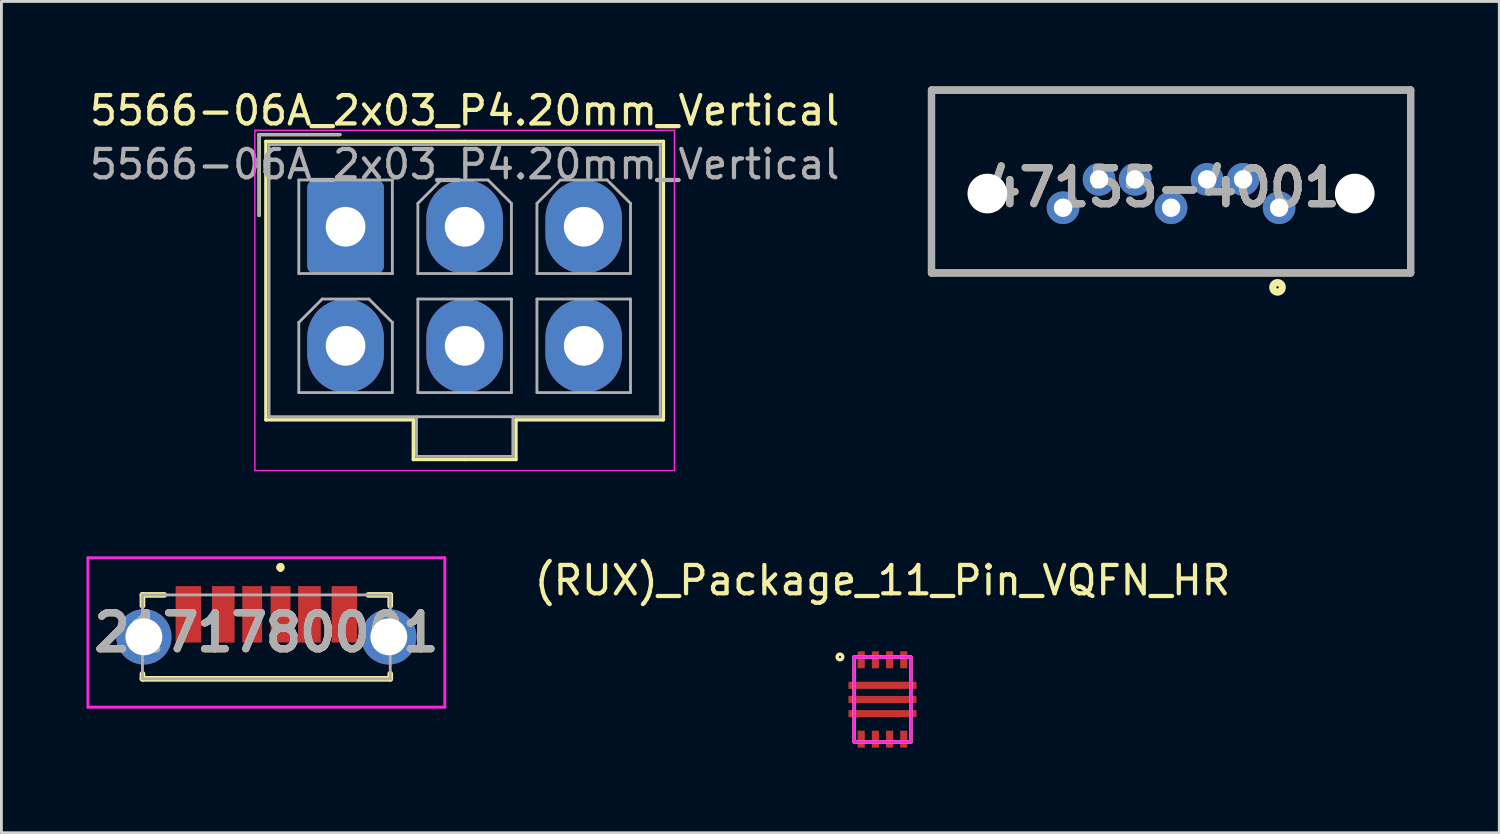
<source format=kicad_pcb>
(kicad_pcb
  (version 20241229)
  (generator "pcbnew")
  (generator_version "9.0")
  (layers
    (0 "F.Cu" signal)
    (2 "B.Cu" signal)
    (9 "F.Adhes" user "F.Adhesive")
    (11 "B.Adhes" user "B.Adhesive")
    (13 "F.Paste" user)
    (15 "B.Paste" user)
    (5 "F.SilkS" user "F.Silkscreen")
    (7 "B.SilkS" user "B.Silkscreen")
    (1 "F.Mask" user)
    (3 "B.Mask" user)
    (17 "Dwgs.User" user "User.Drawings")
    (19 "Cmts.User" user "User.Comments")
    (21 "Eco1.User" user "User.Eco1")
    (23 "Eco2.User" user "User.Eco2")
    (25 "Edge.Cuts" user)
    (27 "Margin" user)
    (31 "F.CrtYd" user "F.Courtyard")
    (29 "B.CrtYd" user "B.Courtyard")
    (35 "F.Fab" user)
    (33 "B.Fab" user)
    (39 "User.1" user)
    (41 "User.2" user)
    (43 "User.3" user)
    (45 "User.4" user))
  (footprint "2171780001"
    (layer "F.Cu")
    (at 6.345 19.413)
    (property "Reference" "2171780001" (at 0 -0.155 0) (layer "F.SilkS") (effects (font (size 1.27 1.27) (thickness 0.254))))
    (attr through_hole)
    (fp_line (start -4.37 -1.48) (end -4.37 -1.095) (stroke (width 0.2) (type solid)) (layer "F.SilkS"))
    (fp_line (start -4.37 1.305) (end -4.37 1.48) (stroke (width 0.2) (type solid)) (layer "F.SilkS"))
    (fp_line (start -4.37 1.48) (end 4.37 1.48) (stroke (width 0.2) (type solid)) (layer "F.SilkS"))
    (fp_line (start -3.6 -1.48) (end -4.37 -1.48) (stroke (width 0.2) (type solid)) (layer "F.SilkS"))
    (fp_line (start 0.5 -2.5) (end 0.5 -2.5) (stroke (width 0.2) (type solid)) (layer "F.SilkS"))
    (fp_line (start 0.5 -2.5) (end 0.5 -2.5) (stroke (width 0.2) (type solid)) (layer "F.SilkS"))
    (fp_line (start 0.5 -2.4) (end 0.5 -2.4) (stroke (width 0.2) (type solid)) (layer "F.SilkS"))
    (fp_line (start 3.6 -1.48) (end 4.37 -1.48) (stroke (width 0.2) (type solid)) (layer "F.SilkS"))
    (fp_line (start 4.37 -1.48) (end 4.37 -1.095) (stroke (width 0.2) (type solid)) (layer "F.SilkS"))
    (fp_line (start 4.37 1.48) (end 4.37 1.305) (stroke (width 0.2) (type solid)) (layer "F.SilkS"))
    (fp_arc (start 0.5 -2.5) (mid 0.55 -2.45) (end 0.5 -2.4) (stroke (width 0.2) (type solid)) (layer "F.SilkS"))
    (fp_arc (start 0.5 -2.4) (mid 0.45 -2.45) (end 0.5 -2.5) (stroke (width 0.2) (type solid)) (layer "F.SilkS"))
    (fp_arc (start 0.5 -2.4) (mid 0.45 -2.45) (end 0.5 -2.5) (stroke (width 0.2) (type solid)) (layer "F.SilkS"))
    (fp_line (start -6.295 -2.79) (end 6.295 -2.79) (stroke (width 0.1) (type solid)) (layer "F.CrtYd"))
    (fp_line (start -6.295 2.48) (end -6.295 -2.79) (stroke (width 0.1) (type solid)) (layer "F.CrtYd"))
    (fp_line (start 6.295 -2.79) (end 6.295 2.48) (stroke (width 0.1) (type solid)) (layer "F.CrtYd"))
    (fp_line (start 6.295 2.48) (end -6.295 2.48) (stroke (width 0.1) (type solid)) (layer "F.CrtYd"))
    (fp_line (start -4.37 -1.48) (end -4.37 1.48) (stroke (width 0.1) (type solid)) (layer "F.Fab"))
    (fp_line (start -4.37 1.48) (end 4.37 1.48) (stroke (width 0.1) (type solid)) (layer "F.Fab"))
    (fp_line (start 4.37 -1.48) (end -4.37 -1.48) (stroke (width 0.1) (type solid)) (layer "F.Fab"))
    (fp_line (start 4.37 1.48) (end 4.37 -1.48) (stroke (width 0.1) (type solid)) (layer "F.Fab"))
    (fp_text user "${REFERENCE}" (at 0 -0.155 0) (layer "F.Fab") (effects (font (size 1.27 1.27) (thickness 0.254))))
    (pad "A5" smd rect (at 0.5 -0.795) (size 0.7 1.99) (layers "F.Cu" "F.Mask" "F.Paste"))
    (pad "A9" smd rect (at -1.52 -0.795) (size 0.8 1.99) (layers "F.Cu" "F.Mask" "F.Paste"))
    (pad "A12" smd rect (at -2.75 -0.795) (size 0.9 1.99) (layers "F.Cu" "F.Mask" "F.Paste"))
    (pad "B5" smd rect (at -0.5 -0.795) (size 0.7 1.99) (layers "F.Cu" "F.Mask" "F.Paste"))
    (pad "B9" smd rect (at 1.52 -0.795) (size 0.8 1.99) (layers "F.Cu" "F.Mask" "F.Paste"))
    (pad "B12" smd rect (at 2.75 -0.795) (size 0.9 1.99) (layers "F.Cu" "F.Mask" "F.Paste"))
    (pad "MH1" thru_hole circle (at 4.32 0) (size 1.95 1.95) (drill 1.3) (layers "*.Cu" "*.Mask"))
    (pad "MH2" thru_hole circle (at -4.32 0) (size 1.95 1.95) (drill 1.3) (layers "*.Cu" "*.Mask")))
  (footprint "5566-06A_2x03_P4.20mm_Vertical"
    (layer "F.Cu")
    (at 9.139 4.298)
    (property "Reference" "5566-06A_2x03_P4.20mm_Vertical" (at 4.2 -3.45 0) (layer "F.SilkS") (effects (font (size 1 1) (thickness 0.15))))
    (attr through_hole)
    (fp_line (start -3.05 -2.6) (end -3.05 0.25) (stroke (width 0.12) (type solid)) (layer "F.SilkS"))
    (fp_line (start -2.81 -2.36) (end -2.81 7.46) (stroke (width 0.12) (type solid)) (layer "F.SilkS"))
    (fp_line (start -2.81 7.46) (end 2.39 7.46) (stroke (width 0.12) (type solid)) (layer "F.SilkS"))
    (fp_line (start -0.2 -2.6) (end -3.05 -2.6) (stroke (width 0.12) (type solid)) (layer "F.SilkS"))
    (fp_line (start 2.39 7.46) (end 2.39 8.86) (stroke (width 0.12) (type solid)) (layer "F.SilkS"))
    (fp_line (start 2.39 8.86) (end 4.2 8.86) (stroke (width 0.12) (type solid)) (layer "F.SilkS"))
    (fp_line (start 4.2 -2.36) (end -2.81 -2.36) (stroke (width 0.12) (type solid)) (layer "F.SilkS"))
    (fp_line (start 4.2 -2.36) (end 11.21 -2.36) (stroke (width 0.12) (type solid)) (layer "F.SilkS"))
    (fp_line (start 6.01 7.46) (end 6.01 8.86) (stroke (width 0.12) (type solid)) (layer "F.SilkS"))
    (fp_line (start 6.01 8.86) (end 4.2 8.86) (stroke (width 0.12) (type solid)) (layer "F.SilkS"))
    (fp_line (start 11.21 -2.36) (end 11.21 7.46) (stroke (width 0.12) (type solid)) (layer "F.SilkS"))
    (fp_line (start 11.21 7.46) (end 6.01 7.46) (stroke (width 0.12) (type solid)) (layer "F.SilkS"))
    (fp_line (start -3.2 -2.75) (end -3.2 9.25) (stroke (width 0.05) (type solid)) (layer "F.CrtYd"))
    (fp_line (start -3.2 9.25) (end 11.6 9.25) (stroke (width 0.05) (type solid)) (layer "F.CrtYd"))
    (fp_line (start 11.6 -2.75) (end -3.2 -2.75) (stroke (width 0.05) (type solid)) (layer "F.CrtYd"))
    (fp_line (start 11.6 9.25) (end 11.6 -2.75) (stroke (width 0.05) (type solid)) (layer "F.CrtYd"))
    (fp_line (start -3.05 -2.6) (end -3.05 0.25) (stroke (width 0.1) (type solid)) (layer "F.Fab"))
    (fp_line (start -2.7 -2.25) (end -2.7 7.35) (stroke (width 0.1) (type solid)) (layer "F.Fab"))
    (fp_line (start -2.7 7.35) (end 11.1 7.35) (stroke (width 0.1) (type solid)) (layer "F.Fab"))
    (fp_line (start -1.65 -1) (end -1.65 2.3) (stroke (width 0.1) (type solid)) (layer "F.Fab"))
    (fp_line (start -1.65 2.3) (end 1.65 2.3) (stroke (width 0.1) (type solid)) (layer "F.Fab"))
    (fp_line (start -1.65 4.025) (end -0.825 3.2) (stroke (width 0.1) (type solid)) (layer "F.Fab"))
    (fp_line (start -1.65 6.5) (end -1.65 4.025) (stroke (width 0.1) (type solid)) (layer "F.Fab"))
    (fp_line (start -0.825 3.2) (end 0.825 3.2) (stroke (width 0.1) (type solid)) (layer "F.Fab"))
    (fp_line (start -0.2 -2.6) (end -3.05 -2.6) (stroke (width 0.1) (type solid)) (layer "F.Fab"))
    (fp_line (start 0.825 3.2) (end 1.65 4.025) (stroke (width 0.1) (type solid)) (layer "F.Fab"))
    (fp_line (start 1.65 -1) (end -1.65 -1) (stroke (width 0.1) (type solid)) (layer "F.Fab"))
    (fp_line (start 1.65 2.3) (end 1.65 -1) (stroke (width 0.1) (type solid)) (layer "F.Fab"))
    (fp_line (start 1.65 4.025) (end 1.65 6.5) (stroke (width 0.1) (type solid)) (layer "F.Fab"))
    (fp_line (start 1.65 6.5) (end -1.65 6.5) (stroke (width 0.1) (type solid)) (layer "F.Fab"))
    (fp_line (start 2.5 7.35) (end 2.5 8.75) (stroke (width 0.1) (type solid)) (layer "F.Fab"))
    (fp_line (start 2.5 8.75) (end 5.9 8.75) (stroke (width 0.1) (type solid)) (layer "F.Fab"))
    (fp_line (start 2.55 -0.175) (end 3.375 -1) (stroke (width 0.1) (type solid)) (layer "F.Fab"))
    (fp_line (start 2.55 2.3) (end 2.55 -0.175) (stroke (width 0.1) (type solid)) (layer "F.Fab"))
    (fp_line (start 2.55 3.2) (end 2.55 6.5) (stroke (width 0.1) (type solid)) (layer "F.Fab"))
    (fp_line (start 2.55 6.5) (end 5.85 6.5) (stroke (width 0.1) (type solid)) (layer "F.Fab"))
    (fp_line (start 3.375 -1) (end 5.025 -1) (stroke (width 0.1) (type solid)) (layer "F.Fab"))
    (fp_line (start 5.025 -1) (end 5.85 -0.175) (stroke (width 0.1) (type solid)) (layer "F.Fab"))
    (fp_line (start 5.85 -0.175) (end 5.85 2.3) (stroke (width 0.1) (type solid)) (layer "F.Fab"))
    (fp_line (start 5.85 2.3) (end 2.55 2.3) (stroke (width 0.1) (type solid)) (layer "F.Fab"))
    (fp_line (start 5.85 3.2) (end 2.55 3.2) (stroke (width 0.1) (type solid)) (layer "F.Fab"))
    (fp_line (start 5.85 6.5) (end 5.85 3.2) (stroke (width 0.1) (type solid)) (layer "F.Fab"))
    (fp_line (start 5.9 8.75) (end 5.9 7.35) (stroke (width 0.1) (type solid)) (layer "F.Fab"))
    (fp_line (start 6.75 -0.175) (end 7.575 -1) (stroke (width 0.1) (type solid)) (layer "F.Fab"))
    (fp_line (start 6.75 2.3) (end 6.75 -0.175) (stroke (width 0.1) (type solid)) (layer "F.Fab"))
    (fp_line (start 6.75 3.2) (end 6.75 6.5) (stroke (width 0.1) (type solid)) (layer "F.Fab"))
    (fp_line (start 6.75 6.5) (end 10.05 6.5) (stroke (width 0.1) (type solid)) (layer "F.Fab"))
    (fp_line (start 7.575 -1) (end 9.225 -1) (stroke (width 0.1) (type solid)) (layer "F.Fab"))
    (fp_line (start 9.225 -1) (end 10.05 -0.175) (stroke (width 0.1) (type solid)) (layer "F.Fab"))
    (fp_line (start 10.05 -0.175) (end 10.05 2.3) (stroke (width 0.1) (type solid)) (layer "F.Fab"))
    (fp_line (start 10.05 2.3) (end 6.75 2.3) (stroke (width 0.1) (type solid)) (layer "F.Fab"))
    (fp_line (start 10.05 3.2) (end 6.75 3.2) (stroke (width 0.1) (type solid)) (layer "F.Fab"))
    (fp_line (start 10.05 6.5) (end 10.05 3.2) (stroke (width 0.1) (type solid)) (layer "F.Fab"))
    (fp_line (start 11.1 -2.25) (end -2.7 -2.25) (stroke (width 0.1) (type solid)) (layer "F.Fab"))
    (fp_line (start 11.1 7.35) (end 11.1 -2.25) (stroke (width 0.1) (type solid)) (layer "F.Fab"))
    (fp_text user "${REFERENCE}" (at 4.2 -1.55 0) (layer "F.Fab") (effects (font (size 1 1) (thickness 0.15))))
    (pad "1" thru_hole roundrect (at 0 0.65) (size 2.7 3.3) (drill 1.4) (layers "*.Cu" "*.Mask") (roundrect_rratio 0.093))
    (pad "2" thru_hole oval (at 4.2 0.65) (size 2.7 3.3) (drill 1.4) (layers "*.Cu" "*.Mask"))
    (pad "3" thru_hole oval (at 8.4 0.65) (size 2.7 3.3) (drill 1.4) (layers "*.Cu" "*.Mask"))
    (pad "4" thru_hole oval (at 0 4.85) (size 2.7 3.3) (drill 1.4) (layers "*.Cu" "*.Mask"))
    (pad "5" thru_hole oval (at 4.2 4.85) (size 2.7 3.3) (drill 1.4) (layers "*.Cu" "*.Mask"))
    (pad "6" thru_hole oval (at 8.4 4.85) (size 2.7 3.3) (drill 1.4) (layers "*.Cu" "*.Mask")))
  (footprint "47155-4001"
    (layer "F.Cu")
    (at 38.256 3.777)
    (property "Reference" "47155-4001" (at -0.305 -0.218 0) (layer "F.SilkS") (effects (font (size 1.27 1.27) (thickness 0.254))))
    (attr through_hole)
    (fp_line (start -8.45 -3.65) (end 8.45 -3.65) (stroke (width 0.254) (type solid)) (layer "F.SilkS"))
    (fp_line (start -8.45 2.8) (end -8.45 -3.65) (stroke (width 0.254) (type solid)) (layer "F.SilkS"))
    (fp_line (start 8.45 -3.65) (end 8.45 2.8) (stroke (width 0.254) (type solid)) (layer "F.SilkS"))
    (fp_line (start 8.45 2.8) (end -8.45 2.8) (stroke (width 0.254) (type solid)) (layer "F.SilkS"))
    (fp_circle (center 3.755 3.309) (end 3.755 3.349) (stroke (width 0.254) (type solid)) (fill no) (layer "F.SilkS"))
    (fp_line (start -8.45 -3.65) (end 8.45 -3.65) (stroke (width 0.254) (type solid)) (layer "F.Fab"))
    (fp_line (start -8.45 2.8) (end -8.45 -3.65) (stroke (width 0.254) (type solid)) (layer "F.Fab"))
    (fp_line (start 8.45 -3.65) (end 8.45 2.8) (stroke (width 0.254) (type solid)) (layer "F.Fab"))
    (fp_line (start 8.45 2.8) (end -8.45 2.8) (stroke (width 0.254) (type solid)) (layer "F.Fab"))
    (fp_text user "${REFERENCE}" (at -0.305 -0.218 0) (layer "F.Fab") (effects (font (size 1.27 1.27) (thickness 0.254))))
    (pad "" np_thru_hole circle (at -6.48 0) (size 1.4 1.4) (drill 1.4) (layers "*.Cu" "*.Mask"))
    (pad "" np_thru_hole circle (at 6.48 0) (size 1.4 1.4) (drill 1.4) (layers "*.Cu" "*.Mask"))
    (pad "1" thru_hole circle (at 3.81 0.5) (size 1.15 1.15) (drill 0.65) (layers "*.Cu" "*.Mask"))
    (pad "2" thru_hole circle (at 2.54 -0.5) (size 1.15 1.15) (drill 0.65) (layers "*.Cu" "*.Mask"))
    (pad "3" thru_hole circle (at 1.27 -0.5) (size 1.15 1.15) (drill 0.65) (layers "*.Cu" "*.Mask"))
    (pad "4" thru_hole circle (at 0 0.5) (size 1.15 1.15) (drill 0.65) (layers "*.Cu" "*.Mask"))
    (pad "5" thru_hole circle (at -1.27 -0.5) (size 1.15 1.15) (drill 0.65) (layers "*.Cu" "*.Mask"))
    (pad "6" thru_hole circle (at -2.54 -0.5) (size 1.15 1.15) (drill 0.65) (layers "*.Cu" "*.Mask"))
    (pad "7" thru_hole circle (at -3.81 0.5) (size 1.15 1.15) (drill 0.65) (layers "*.Cu" "*.Mask")))
  (footprint "(RUX)_Package_11_Pin_VQFN_HR"
    (layer "F.Cu")
    (at 28.077 21.622)
    (property "Reference" "(RUX)_Package_11_Pin_VQFN_HR" (at 0 -4.2 0) (layer "F.SilkS") (effects (font (size 1 1) (thickness 0.15))))
    (attr through_hole)
    (fp_line (start -1 -1.5) (end 1 -1.5) (stroke (width 0.12) (type solid)) (layer "F.SilkS"))
    (fp_line (start -1 1.5) (end -1 -1.5) (stroke (width 0.12) (type solid)) (layer "F.SilkS"))
    (fp_line (start 1 -1.5) (end 1 1.5) (stroke (width 0.12) (type solid)) (layer "F.SilkS"))
    (fp_line (start 1 1.5) (end -1 1.5) (stroke (width 0.12) (type solid)) (layer "F.SilkS"))
    (fp_circle (center -1.5 -1.5) (end -1.4 -1.5) (stroke (width 0.12) (type solid)) (fill no) (layer "F.SilkS"))
    (fp_line (start -1 -1.5) (end 1 -1.5) (stroke (width 0.12) (type solid)) (layer "F.CrtYd"))
    (fp_line (start -1 1.5) (end -1 -1.5) (stroke (width 0.12) (type solid)) (layer "F.CrtYd"))
    (fp_line (start 1 -1.5) (end 1 1.5) (stroke (width 0.12) (type solid)) (layer "F.CrtYd"))
    (fp_line (start 1 1.5) (end -1 1.5) (stroke (width 0.12) (type solid)) (layer "F.CrtYd"))
    (pad "1" smd rect (at 0 -0.5 180) (size 2.4 0.25) (layers "F.Cu" "F.Mask" "F.Paste"))
    (pad "2" smd rect (at 0 0 180) (size 2.4 0.25) (layers "F.Cu" "F.Mask" "F.Paste"))
    (pad "3" smd rect (at 0 0.5 180) (size 2.4 0.25) (layers "F.Cu" "F.Mask" "F.Paste"))
    (pad "4" smd rect (at -0.75 1.4 90) (size 0.6 0.25) (layers "F.Cu" "F.Mask" "F.Paste"))
    (pad "5" smd rect (at -0.25 1.4 90) (size 0.6 0.25) (layers "F.Cu" "F.Mask" "F.Paste"))
    (pad "6" smd rect (at 0.25 1.4 90) (size 0.6 0.25) (layers "F.Cu" "F.Mask" "F.Paste"))
    (pad "7" smd rect (at 0.75 1.4 90) (size 0.6 0.25) (layers "F.Cu" "F.Mask" "F.Paste"))
    (pad "8" smd rect (at 0.75 -1.4 90) (size 0.6 0.25) (layers "F.Cu" "F.Mask" "F.Paste"))
    (pad "9" smd rect (at 0.25 -1.4 90) (size 0.6 0.25) (layers "F.Cu" "F.Mask" "F.Paste"))
    (pad "10" smd rect (at -0.25 -1.4 90) (size 0.6 0.25) (layers "F.Cu" "F.Mask" "F.Paste"))
    (pad "11" smd rect (at -0.75 -1.4 90) (size 0.6 0.25) (layers "F.Cu" "F.Mask" "F.Paste")))
  (gr_rect
    (start -3 -3)
    (end 49.833 26.322)
    (stroke (width 0.1) (type default))
    (fill no)
    (layer "Edge.Cuts")))
</source>
